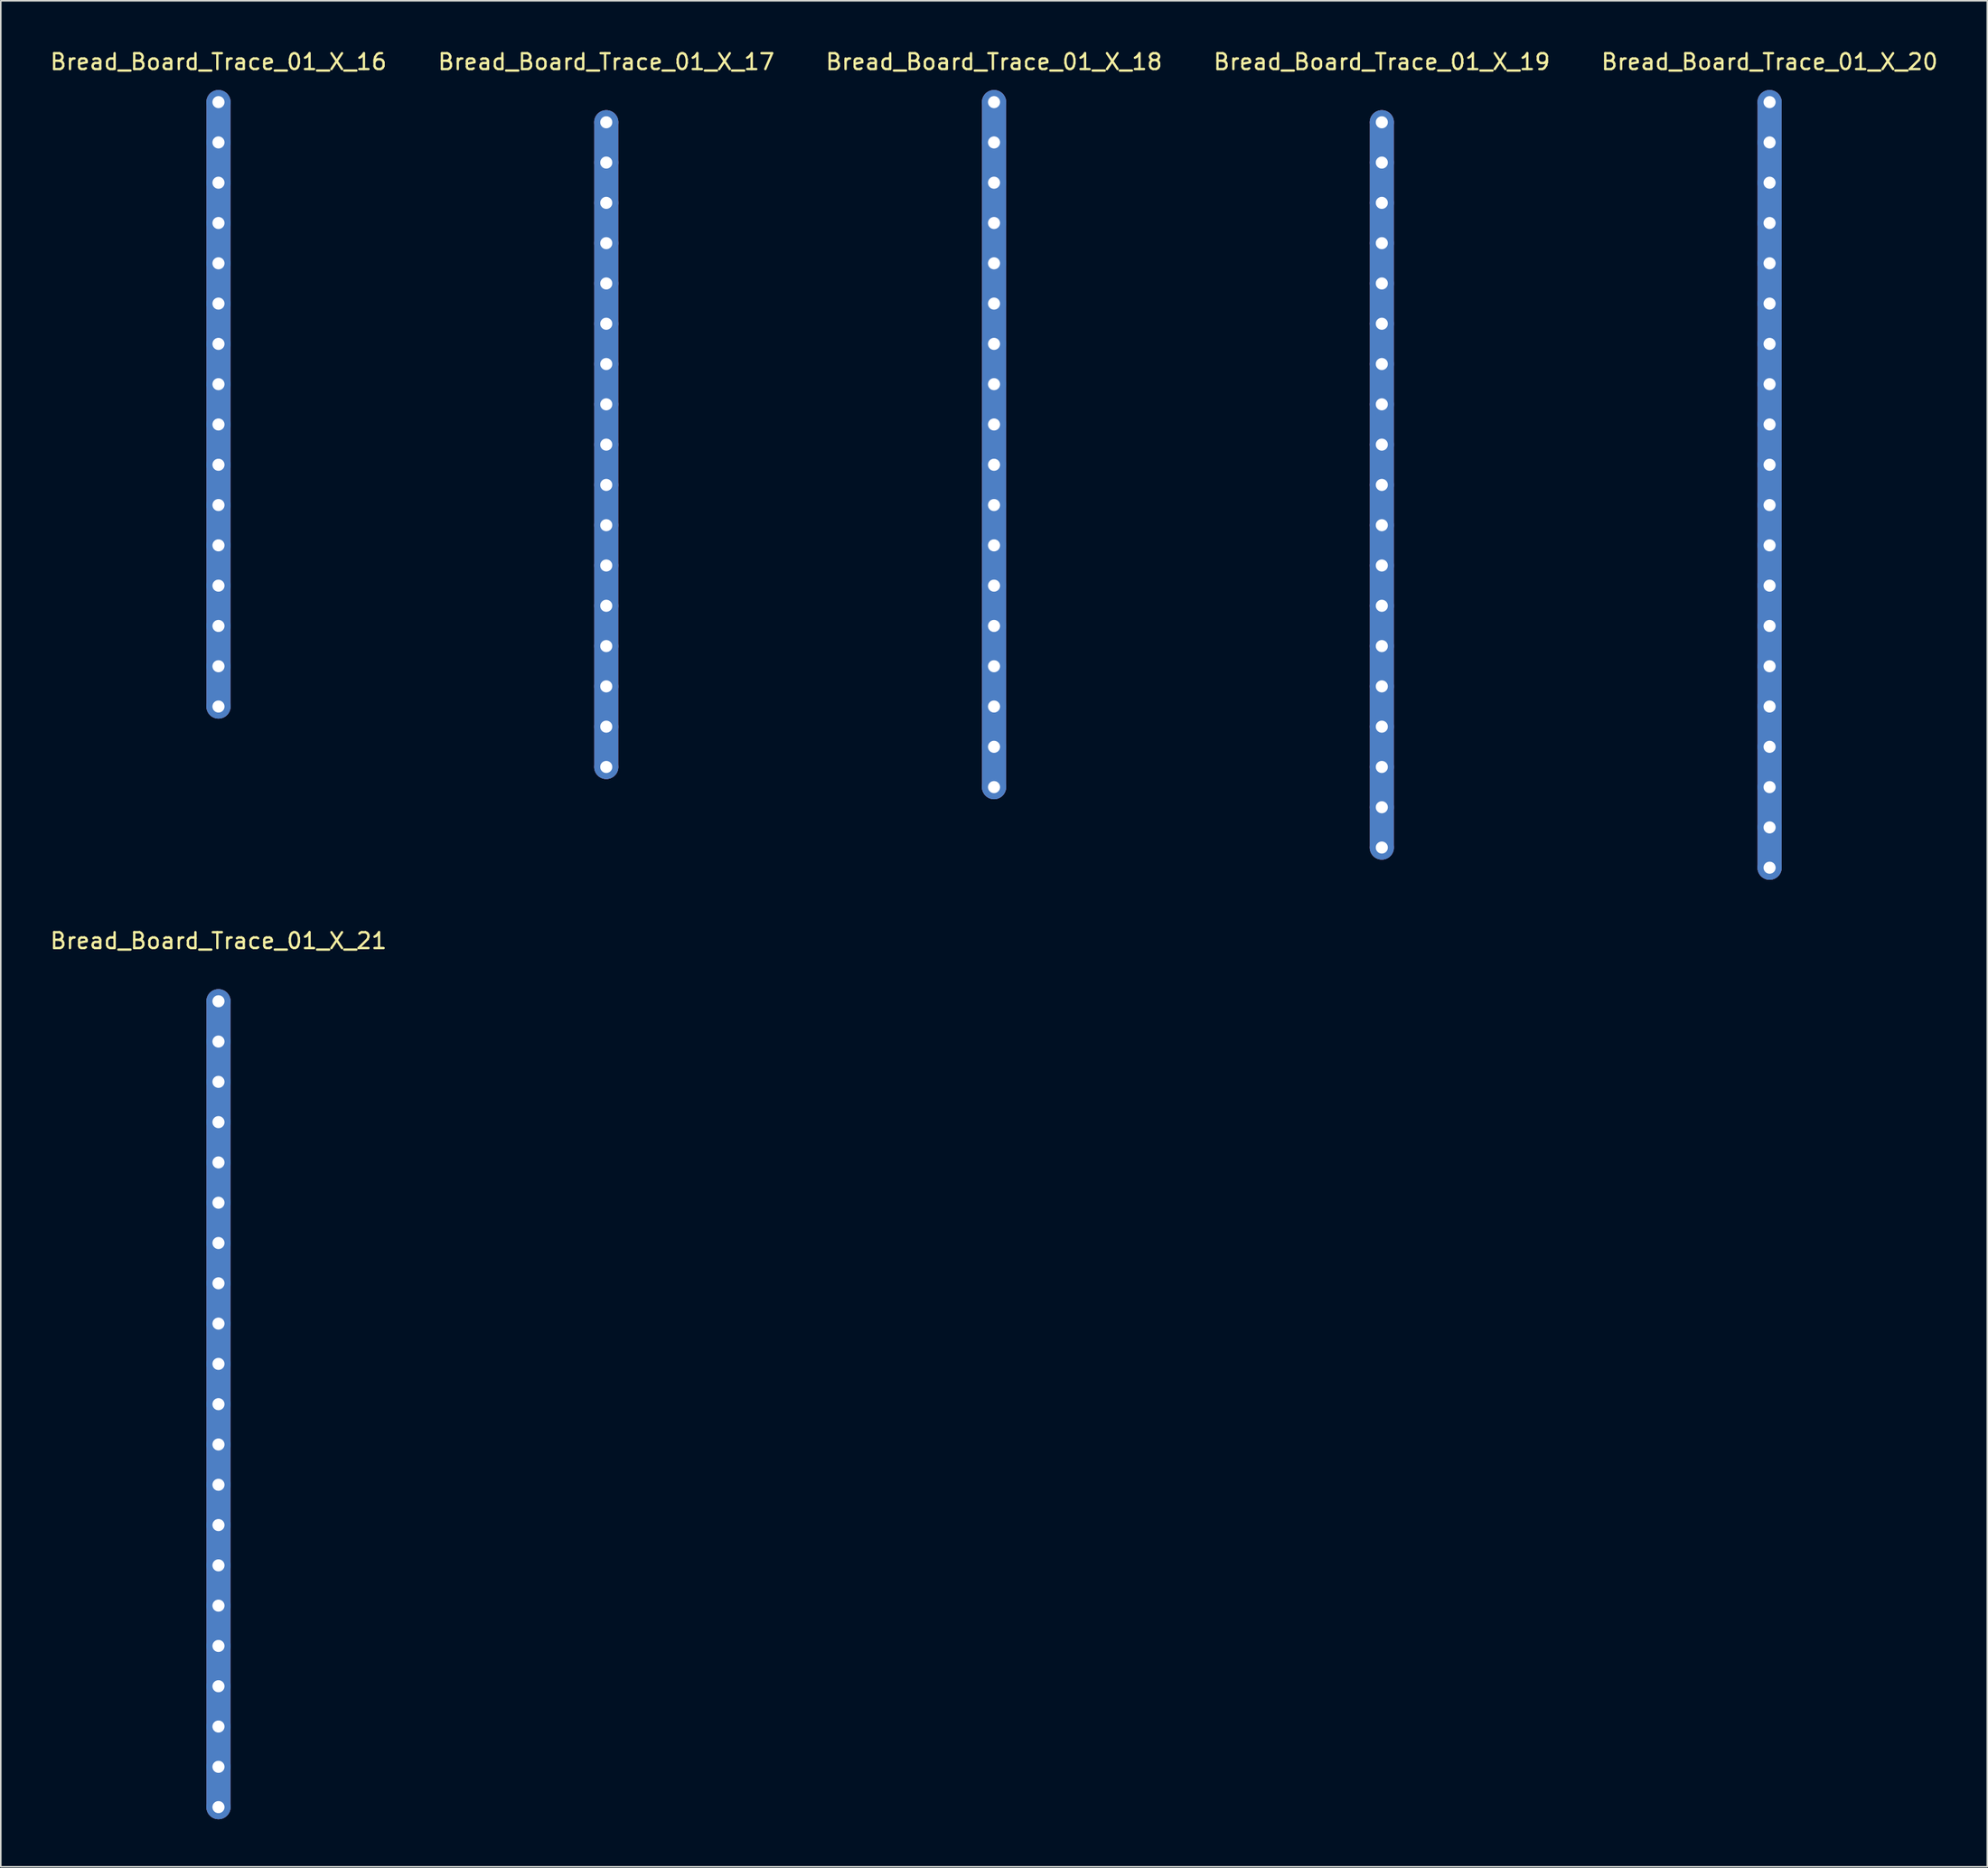
<source format=kicad_pcb>
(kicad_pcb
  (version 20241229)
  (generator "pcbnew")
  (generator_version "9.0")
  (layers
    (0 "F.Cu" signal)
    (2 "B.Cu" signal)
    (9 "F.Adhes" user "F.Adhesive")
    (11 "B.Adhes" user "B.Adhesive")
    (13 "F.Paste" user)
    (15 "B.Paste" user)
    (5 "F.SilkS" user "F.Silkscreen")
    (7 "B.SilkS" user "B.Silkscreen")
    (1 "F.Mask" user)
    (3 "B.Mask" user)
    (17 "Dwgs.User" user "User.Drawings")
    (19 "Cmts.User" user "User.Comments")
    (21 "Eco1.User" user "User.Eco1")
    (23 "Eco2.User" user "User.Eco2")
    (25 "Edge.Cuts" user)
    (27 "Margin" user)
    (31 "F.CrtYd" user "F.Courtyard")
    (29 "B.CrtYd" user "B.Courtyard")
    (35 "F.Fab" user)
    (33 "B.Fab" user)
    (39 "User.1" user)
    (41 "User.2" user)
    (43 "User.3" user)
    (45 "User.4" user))
  (footprint "Bread_Board_Trace_01_X_17"
    (layer "F.Cu")
    (at 35.161 45.298)
    (property "Reference" "Bread_Board_Trace_01_X_17" (at 0 -44.45 0) (layer "F.SilkS") (effects (font (size 1 1) (thickness 0.15))))
    (attr through_hole)
    (fp_line (start 0 -40.64) (end 0 0) (stroke (width 1.524) (type solid)) (layer "F.Cu"))
    (fp_line (start 0 -40.64) (end 0 0) (stroke (width 1.524) (type solid)) (layer "B.Cu"))
    (pad "1" thru_hole circle (at 0 -40.64) (size 1.524 1.524) (drill 0.762) (layers "*.Cu" "*.Mask"))
    (pad "2" thru_hole circle (at 0 -38.1) (size 1.524 1.524) (drill 0.762) (layers "*.Cu" "*.Mask"))
    (pad "3" thru_hole circle (at 0 -35.56) (size 1.524 1.524) (drill 0.762) (layers "*.Cu" "*.Mask"))
    (pad "4" thru_hole circle (at 0 -33.02) (size 1.524 1.524) (drill 0.762) (layers "*.Cu" "*.Mask"))
    (pad "5" thru_hole circle (at 0 -30.48) (size 1.524 1.524) (drill 0.762) (layers "*.Cu" "*.Mask"))
    (pad "6" thru_hole circle (at 0 -27.94) (size 1.524 1.524) (drill 0.762) (layers "*.Cu" "*.Mask"))
    (pad "7" thru_hole circle (at 0 -25.4) (size 1.524 1.524) (drill 0.762) (layers "*.Cu" "*.Mask"))
    (pad "8" thru_hole circle (at 0 -22.86) (size 1.524 1.524) (drill 0.762) (layers "*.Cu" "*.Mask"))
    (pad "9" thru_hole circle (at 0 -20.32) (size 1.524 1.524) (drill 0.762) (layers "*.Cu" "*.Mask"))
    (pad "10" thru_hole circle (at 0 -17.78) (size 1.524 1.524) (drill 0.762) (layers "*.Cu" "*.Mask"))
    (pad "11" thru_hole circle (at 0 -15.24) (size 1.524 1.524) (drill 0.762) (layers "*.Cu" "*.Mask"))
    (pad "12" thru_hole circle (at 0 -12.7) (size 1.524 1.524) (drill 0.762) (layers "*.Cu" "*.Mask"))
    (pad "13" thru_hole circle (at 0 -10.16) (size 1.524 1.524) (drill 0.762) (layers "*.Cu" "*.Mask"))
    (pad "14" thru_hole circle (at 0 -7.62) (size 1.524 1.524) (drill 0.762) (layers "*.Cu" "*.Mask"))
    (pad "15" thru_hole circle (at 0 -5.08) (size 1.524 1.524) (drill 0.762) (layers "*.Cu" "*.Mask"))
    (pad "16" thru_hole circle (at 0 -2.54) (size 1.524 1.524) (drill 0.762) (layers "*.Cu" "*.Mask"))
    (pad "17" thru_hole circle (at 0 0) (size 1.524 1.524) (drill 0.762) (layers "*.Cu" "*.Mask")))
  (footprint "Bread_Board_Trace_01_X_20"
    (layer "F.Cu")
    (at 108.482 51.648)
    (property "Reference" "Bread_Board_Trace_01_X_20" (at 0 -50.8 0) (layer "F.SilkS") (effects (font (size 1 1) (thickness 0.15))))
    (attr through_hole)
    (fp_line (start 0 -48.26) (end 0 0) (stroke (width 1.524) (type solid)) (layer "F.Cu"))
    (fp_line (start 0 -48.26) (end 0 0) (stroke (width 1.524) (type solid)) (layer "B.Cu"))
    (pad "1" thru_hole circle (at 0 -48.26) (size 1.524 1.524) (drill 0.762) (layers "*.Cu" "*.Mask"))
    (pad "2" thru_hole circle (at 0 -45.72) (size 1.524 1.524) (drill 0.762) (layers "*.Cu" "*.Mask"))
    (pad "3" thru_hole circle (at 0 -43.18) (size 1.524 1.524) (drill 0.762) (layers "*.Cu" "*.Mask"))
    (pad "4" thru_hole circle (at 0 -40.64) (size 1.524 1.524) (drill 0.762) (layers "*.Cu" "*.Mask"))
    (pad "5" thru_hole circle (at 0 -38.1) (size 1.524 1.524) (drill 0.762) (layers "*.Cu" "*.Mask"))
    (pad "6" thru_hole circle (at 0 -35.56) (size 1.524 1.524) (drill 0.762) (layers "*.Cu" "*.Mask"))
    (pad "7" thru_hole circle (at 0 -33.02) (size 1.524 1.524) (drill 0.762) (layers "*.Cu" "*.Mask"))
    (pad "8" thru_hole circle (at 0 -30.48) (size 1.524 1.524) (drill 0.762) (layers "*.Cu" "*.Mask"))
    (pad "9" thru_hole circle (at 0 -27.94) (size 1.524 1.524) (drill 0.762) (layers "*.Cu" "*.Mask"))
    (pad "10" thru_hole circle (at 0 -25.4) (size 1.524 1.524) (drill 0.762) (layers "*.Cu" "*.Mask"))
    (pad "11" thru_hole circle (at 0 -22.86) (size 1.524 1.524) (drill 0.762) (layers "*.Cu" "*.Mask"))
    (pad "12" thru_hole circle (at 0 -20.32) (size 1.524 1.524) (drill 0.762) (layers "*.Cu" "*.Mask"))
    (pad "13" thru_hole circle (at 0 -17.78) (size 1.524 1.524) (drill 0.762) (layers "*.Cu" "*.Mask"))
    (pad "14" thru_hole circle (at 0 -15.24) (size 1.524 1.524) (drill 0.762) (layers "*.Cu" "*.Mask"))
    (pad "15" thru_hole circle (at 0 -12.7) (size 1.524 1.524) (drill 0.762) (layers "*.Cu" "*.Mask"))
    (pad "16" thru_hole circle (at 0 -10.16) (size 1.524 1.524) (drill 0.762) (layers "*.Cu" "*.Mask"))
    (pad "17" thru_hole circle (at 0 -7.62) (size 1.524 1.524) (drill 0.762) (layers "*.Cu" "*.Mask"))
    (pad "18" thru_hole circle (at 0 -5.08) (size 1.524 1.524) (drill 0.762) (layers "*.Cu" "*.Mask"))
    (pad "19" thru_hole circle (at 0 -2.54) (size 1.524 1.524) (drill 0.762) (layers "*.Cu" "*.Mask"))
    (pad "20" thru_hole circle (at 0 0) (size 1.524 1.524) (drill 0.762) (layers "*.Cu" "*.Mask")))
  (footprint "Bread_Board_Trace_01_X_19"
    (layer "F.Cu")
    (at 84.042 50.378)
    (property "Reference" "Bread_Board_Trace_01_X_19" (at 0 -49.53 0) (layer "F.SilkS") (effects (font (size 1 1) (thickness 0.15))))
    (attr through_hole)
    (fp_line (start 0 -45.72) (end 0 0) (stroke (width 1.524) (type solid)) (layer "F.Cu"))
    (fp_line (start 0 -45.72) (end 0 0) (stroke (width 1.524) (type solid)) (layer "B.Cu"))
    (pad "1" thru_hole circle (at 0 -45.72) (size 1.524 1.524) (drill 0.762) (layers "*.Cu" "*.Mask"))
    (pad "2" thru_hole circle (at 0 -43.18) (size 1.524 1.524) (drill 0.762) (layers "*.Cu" "*.Mask"))
    (pad "3" thru_hole circle (at 0 -40.64) (size 1.524 1.524) (drill 0.762) (layers "*.Cu" "*.Mask"))
    (pad "4" thru_hole circle (at 0 -38.1) (size 1.524 1.524) (drill 0.762) (layers "*.Cu" "*.Mask"))
    (pad "5" thru_hole circle (at 0 -35.56) (size 1.524 1.524) (drill 0.762) (layers "*.Cu" "*.Mask"))
    (pad "6" thru_hole circle (at 0 -33.02) (size 1.524 1.524) (drill 0.762) (layers "*.Cu" "*.Mask"))
    (pad "7" thru_hole circle (at 0 -30.48) (size 1.524 1.524) (drill 0.762) (layers "*.Cu" "*.Mask"))
    (pad "8" thru_hole circle (at 0 -27.94) (size 1.524 1.524) (drill 0.762) (layers "*.Cu" "*.Mask"))
    (pad "9" thru_hole circle (at 0 -25.4) (size 1.524 1.524) (drill 0.762) (layers "*.Cu" "*.Mask"))
    (pad "10" thru_hole circle (at 0 -22.86) (size 1.524 1.524) (drill 0.762) (layers "*.Cu" "*.Mask"))
    (pad "11" thru_hole circle (at 0 -20.32) (size 1.524 1.524) (drill 0.762) (layers "*.Cu" "*.Mask"))
    (pad "12" thru_hole circle (at 0 -17.78) (size 1.524 1.524) (drill 0.762) (layers "*.Cu" "*.Mask"))
    (pad "13" thru_hole circle (at 0 -15.24) (size 1.524 1.524) (drill 0.762) (layers "*.Cu" "*.Mask"))
    (pad "14" thru_hole circle (at 0 -12.7) (size 1.524 1.524) (drill 0.762) (layers "*.Cu" "*.Mask"))
    (pad "15" thru_hole circle (at 0 -10.16) (size 1.524 1.524) (drill 0.762) (layers "*.Cu" "*.Mask"))
    (pad "16" thru_hole circle (at 0 -7.62) (size 1.524 1.524) (drill 0.762) (layers "*.Cu" "*.Mask"))
    (pad "17" thru_hole circle (at 0 -5.08) (size 1.524 1.524) (drill 0.762) (layers "*.Cu" "*.Mask"))
    (pad "18" thru_hole circle (at 0 -2.54) (size 1.524 1.524) (drill 0.762) (layers "*.Cu" "*.Mask"))
    (pad "19" thru_hole circle (at 0 0) (size 1.524 1.524) (drill 0.762) (layers "*.Cu" "*.Mask")))
  (footprint "Bread_Board_Trace_01_X_18"
    (layer "F.Cu")
    (at 59.601 46.568)
    (property "Reference" "Bread_Board_Trace_01_X_18" (at 0 -45.72 0) (layer "F.SilkS") (effects (font (size 1 1) (thickness 0.15))))
    (attr through_hole)
    (fp_line (start 0 -43.18) (end 0 0) (stroke (width 1.524) (type solid)) (layer "F.Cu"))
    (fp_line (start 0 -43.18) (end 0 0) (stroke (width 1.524) (type solid)) (layer "B.Cu"))
    (pad "1" thru_hole circle (at 0 -43.18) (size 1.524 1.524) (drill 0.762) (layers "*.Cu" "*.Mask"))
    (pad "2" thru_hole circle (at 0 -40.64) (size 1.524 1.524) (drill 0.762) (layers "*.Cu" "*.Mask"))
    (pad "3" thru_hole circle (at 0 -38.1) (size 1.524 1.524) (drill 0.762) (layers "*.Cu" "*.Mask"))
    (pad "4" thru_hole circle (at 0 -35.56) (size 1.524 1.524) (drill 0.762) (layers "*.Cu" "*.Mask"))
    (pad "5" thru_hole circle (at 0 -33.02) (size 1.524 1.524) (drill 0.762) (layers "*.Cu" "*.Mask"))
    (pad "6" thru_hole circle (at 0 -30.48) (size 1.524 1.524) (drill 0.762) (layers "*.Cu" "*.Mask"))
    (pad "7" thru_hole circle (at 0 -27.94) (size 1.524 1.524) (drill 0.762) (layers "*.Cu" "*.Mask"))
    (pad "8" thru_hole circle (at 0 -25.4) (size 1.524 1.524) (drill 0.762) (layers "*.Cu" "*.Mask"))
    (pad "9" thru_hole circle (at 0 -22.86) (size 1.524 1.524) (drill 0.762) (layers "*.Cu" "*.Mask"))
    (pad "10" thru_hole circle (at 0 -20.32) (size 1.524 1.524) (drill 0.762) (layers "*.Cu" "*.Mask"))
    (pad "11" thru_hole circle (at 0 -17.78) (size 1.524 1.524) (drill 0.762) (layers "*.Cu" "*.Mask"))
    (pad "12" thru_hole circle (at 0 -15.24) (size 1.524 1.524) (drill 0.762) (layers "*.Cu" "*.Mask"))
    (pad "13" thru_hole circle (at 0 -12.7) (size 1.524 1.524) (drill 0.762) (layers "*.Cu" "*.Mask"))
    (pad "14" thru_hole circle (at 0 -10.16) (size 1.524 1.524) (drill 0.762) (layers "*.Cu" "*.Mask"))
    (pad "15" thru_hole circle (at 0 -7.62) (size 1.524 1.524) (drill 0.762) (layers "*.Cu" "*.Mask"))
    (pad "16" thru_hole circle (at 0 -5.08) (size 1.524 1.524) (drill 0.762) (layers "*.Cu" "*.Mask"))
    (pad "17" thru_hole circle (at 0 -2.54) (size 1.524 1.524) (drill 0.762) (layers "*.Cu" "*.Mask"))
    (pad "18" thru_hole circle (at 0 0) (size 1.524 1.524) (drill 0.762) (layers "*.Cu" "*.Mask")))
  (footprint "Bread_Board_Trace_01_X_16"
    (layer "F.Cu")
    (at 10.72 41.488)
    (property "Reference" "Bread_Board_Trace_01_X_16" (at 0 -40.64 0) (layer "F.SilkS") (effects (font (size 1 1) (thickness 0.15))))
    (attr through_hole)
    (fp_line (start 0 -38.1) (end 0 0) (stroke (width 1.524) (type solid)) (layer "F.Cu"))
    (fp_line (start 0 -38.1) (end 0 0) (stroke (width 1.524) (type solid)) (layer "B.Cu"))
    (pad "1" thru_hole circle (at 0 -38.1) (size 1.524 1.524) (drill 0.762) (layers "*.Cu" "*.Mask"))
    (pad "2" thru_hole circle (at 0 -35.56) (size 1.524 1.524) (drill 0.762) (layers "*.Cu" "*.Mask"))
    (pad "3" thru_hole circle (at 0 -33.02) (size 1.524 1.524) (drill 0.762) (layers "*.Cu" "*.Mask"))
    (pad "4" thru_hole circle (at 0 -30.48) (size 1.524 1.524) (drill 0.762) (layers "*.Cu" "*.Mask"))
    (pad "5" thru_hole circle (at 0 -27.94) (size 1.524 1.524) (drill 0.762) (layers "*.Cu" "*.Mask"))
    (pad "6" thru_hole circle (at 0 -25.4) (size 1.524 1.524) (drill 0.762) (layers "*.Cu" "*.Mask"))
    (pad "7" thru_hole circle (at 0 -22.86) (size 1.524 1.524) (drill 0.762) (layers "*.Cu" "*.Mask"))
    (pad "8" thru_hole circle (at 0 -20.32) (size 1.524 1.524) (drill 0.762) (layers "*.Cu" "*.Mask"))
    (pad "9" thru_hole circle (at 0 -17.78) (size 1.524 1.524) (drill 0.762) (layers "*.Cu" "*.Mask"))
    (pad "10" thru_hole circle (at 0 -15.24) (size 1.524 1.524) (drill 0.762) (layers "*.Cu" "*.Mask"))
    (pad "11" thru_hole circle (at 0 -12.7) (size 1.524 1.524) (drill 0.762) (layers "*.Cu" "*.Mask"))
    (pad "12" thru_hole circle (at 0 -10.16) (size 1.524 1.524) (drill 0.762) (layers "*.Cu" "*.Mask"))
    (pad "13" thru_hole circle (at 0 -7.62) (size 1.524 1.524) (drill 0.762) (layers "*.Cu" "*.Mask"))
    (pad "14" thru_hole circle (at 0 -5.08) (size 1.524 1.524) (drill 0.762) (layers "*.Cu" "*.Mask"))
    (pad "15" thru_hole circle (at 0 -2.54) (size 1.524 1.524) (drill 0.762) (layers "*.Cu" "*.Mask"))
    (pad "16" thru_hole circle (at 0 0) (size 1.524 1.524) (drill 0.762) (layers "*.Cu" "*.Mask")))
  (footprint "Bread_Board_Trace_01_X_21"
    (layer "F.Cu")
    (at 10.72 110.868)
    (property "Reference" "Bread_Board_Trace_01_X_21" (at 0 -54.61 0) (layer "F.SilkS") (effects (font (size 1 1) (thickness 0.15))))
    (attr through_hole)
    (fp_line (start 0 -50.8) (end 0 0) (stroke (width 1.524) (type solid)) (layer "F.Cu"))
    (fp_line (start 0 -50.8) (end 0 0) (stroke (width 1.524) (type solid)) (layer "B.Cu"))
    (pad "1" thru_hole circle (at 0 -50.8) (size 1.524 1.524) (drill 0.762) (layers "*.Cu" "*.Mask"))
    (pad "2" thru_hole circle (at 0 -48.26) (size 1.524 1.524) (drill 0.762) (layers "*.Cu" "*.Mask"))
    (pad "3" thru_hole circle (at 0 -45.72) (size 1.524 1.524) (drill 0.762) (layers "*.Cu" "*.Mask"))
    (pad "4" thru_hole circle (at 0 -43.18) (size 1.524 1.524) (drill 0.762) (layers "*.Cu" "*.Mask"))
    (pad "5" thru_hole circle (at 0 -40.64) (size 1.524 1.524) (drill 0.762) (layers "*.Cu" "*.Mask"))
    (pad "6" thru_hole circle (at 0 -38.1) (size 1.524 1.524) (drill 0.762) (layers "*.Cu" "*.Mask"))
    (pad "7" thru_hole circle (at 0 -35.56) (size 1.524 1.524) (drill 0.762) (layers "*.Cu" "*.Mask"))
    (pad "8" thru_hole circle (at 0 -33.02) (size 1.524 1.524) (drill 0.762) (layers "*.Cu" "*.Mask"))
    (pad "9" thru_hole circle (at 0 -30.48) (size 1.524 1.524) (drill 0.762) (layers "*.Cu" "*.Mask"))
    (pad "10" thru_hole circle (at 0 -27.94) (size 1.524 1.524) (drill 0.762) (layers "*.Cu" "*.Mask"))
    (pad "11" thru_hole circle (at 0 -25.4) (size 1.524 1.524) (drill 0.762) (layers "*.Cu" "*.Mask"))
    (pad "12" thru_hole circle (at 0 -22.86) (size 1.524 1.524) (drill 0.762) (layers "*.Cu" "*.Mask"))
    (pad "13" thru_hole circle (at 0 -20.32) (size 1.524 1.524) (drill 0.762) (layers "*.Cu" "*.Mask"))
    (pad "14" thru_hole circle (at 0 -17.78) (size 1.524 1.524) (drill 0.762) (layers "*.Cu" "*.Mask"))
    (pad "15" thru_hole circle (at 0 -15.24) (size 1.524 1.524) (drill 0.762) (layers "*.Cu" "*.Mask"))
    (pad "16" thru_hole circle (at 0 -12.7) (size 1.524 1.524) (drill 0.762) (layers "*.Cu" "*.Mask"))
    (pad "17" thru_hole circle (at 0 -10.16) (size 1.524 1.524) (drill 0.762) (layers "*.Cu" "*.Mask"))
    (pad "18" thru_hole circle (at 0 -7.62) (size 1.524 1.524) (drill 0.762) (layers "*.Cu" "*.Mask"))
    (pad "19" thru_hole circle (at 0 -5.08) (size 1.524 1.524) (drill 0.762) (layers "*.Cu" "*.Mask"))
    (pad "20" thru_hole circle (at 0 -2.54) (size 1.524 1.524) (drill 0.762) (layers "*.Cu" "*.Mask"))
    (pad "21" thru_hole circle (at 0 0) (size 1.524 1.524) (drill 0.762) (layers "*.Cu" "*.Mask")))
  (gr_rect
    (start -3 -3)
    (end 122.202 114.63)
    (stroke (width 0.1) (type default))
    (fill no)
    (layer "Edge.Cuts")))
</source>
